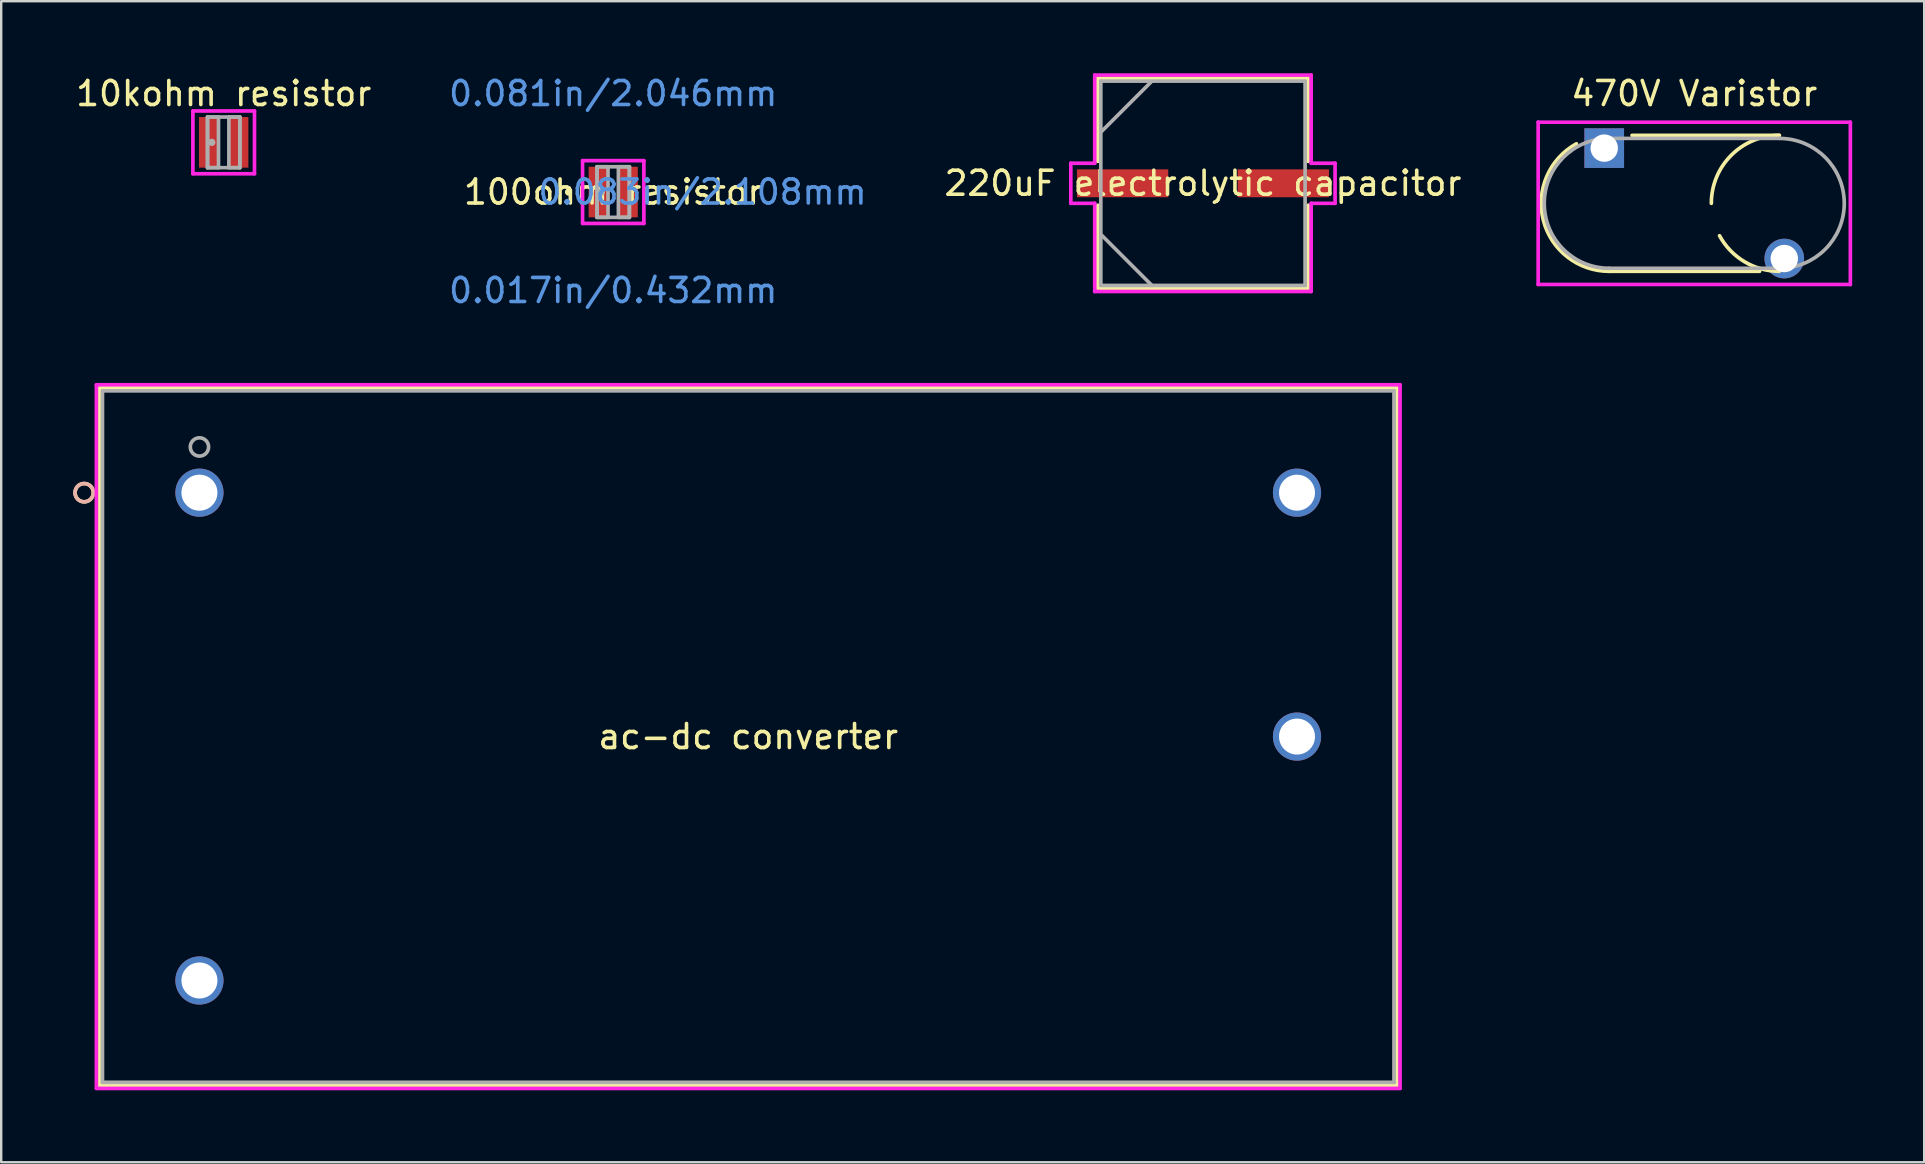
<source format=kicad_pcb>
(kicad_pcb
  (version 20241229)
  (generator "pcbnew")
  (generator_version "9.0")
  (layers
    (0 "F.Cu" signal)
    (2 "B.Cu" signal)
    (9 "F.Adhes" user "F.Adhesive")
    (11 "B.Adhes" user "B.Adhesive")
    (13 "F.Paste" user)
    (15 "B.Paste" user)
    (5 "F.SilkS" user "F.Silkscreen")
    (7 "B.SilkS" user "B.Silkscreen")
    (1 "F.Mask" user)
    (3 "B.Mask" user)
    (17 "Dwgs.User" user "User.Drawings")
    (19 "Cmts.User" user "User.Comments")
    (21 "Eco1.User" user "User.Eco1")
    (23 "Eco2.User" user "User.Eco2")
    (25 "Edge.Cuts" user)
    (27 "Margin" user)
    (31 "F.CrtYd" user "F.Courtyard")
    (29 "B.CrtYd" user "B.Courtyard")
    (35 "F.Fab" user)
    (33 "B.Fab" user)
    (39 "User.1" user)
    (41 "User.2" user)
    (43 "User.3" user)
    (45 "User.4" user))
  (footprint "470V Varistor"
    (layer "F.Cu")
    (at 67.526 5.42)
    (property "Reference" "470V Varistor" (at 0 -4.572 0) (layer "F.SilkS") (effects (font (size 1 1) (thickness 0.15))))
    (attr through_hole)
    (fp_line (start -3.543 2.832) (end 2.721 2.832) (stroke (width 0.152) (type solid)) (layer "F.SilkS"))
    (fp_line (start -2.592 -2.832) (end 3.543 -2.832) (stroke (width 0.152) (type solid)) (layer "F.SilkS"))
    (fp_arc (start -3.5433 2.8321) (mid -6.286344 0.704628) (end -4.908242 -2.481476) (stroke (width 0.1524) (type solid)) (layer "F.SilkS"))
    (fp_arc (start 0.7112 0) (mid 1.540703 -2.002597) (end 3.5433 -2.8321) (stroke (width 0.1524) (type solid)) (layer "F.SilkS"))
    (fp_arc (start 3.5433 2.8321) (mid 2.094231 2.433308) (end 1.053253 1.349242) (stroke (width 0.1524) (type solid)) (layer "F.SilkS"))
    (fp_line (start -6.502 -3.38) (end 6.502 -3.38) (stroke (width 0.152) (type solid)) (layer "F.CrtYd"))
    (fp_line (start -6.502 3.38) (end -6.502 -3.38) (stroke (width 0.152) (type solid)) (layer "F.CrtYd"))
    (fp_line (start 6.502 -3.38) (end 6.502 3.38) (stroke (width 0.152) (type solid)) (layer "F.CrtYd"))
    (fp_line (start 6.502 3.38) (end -6.502 3.38) (stroke (width 0.152) (type solid)) (layer "F.CrtYd"))
    (fp_line (start -3.543 -2.705) (end 3.543 -2.705) (stroke (width 0.152) (type solid)) (layer "F.Fab"))
    (fp_line (start -3.543 2.705) (end 3.543 2.705) (stroke (width 0.152) (type solid)) (layer "F.Fab"))
    (fp_arc (start -3.5433 2.7051) (mid -6.2484 0) (end -3.5433 -2.7051) (stroke (width 0.1524) (type solid)) (layer "F.Fab"))
    (fp_arc (start 3.5433 -2.7051) (mid 6.2484 0) (end 3.5433 2.7051) (stroke (width 0.1524) (type solid)) (layer "F.Fab"))
    (pad "1" thru_hole rect (at -3.75 -2.3) (size 1.651 1.651) (drill 1.143) (layers "*.Cu" "*.Mask"))
    (pad "2" thru_hole circle (at 3.75 2.3) (size 1.651 1.651) (drill 1.143) (layers "*.Cu" "*.Mask")))
  (footprint "100ohm resistor"
    (layer "F.Cu")
    (at 22.494 4.95)
    (property "Reference" "100ohm resistor" (at 0 0 0) (layer "F.SilkS") (effects (font (size 1 1) (thickness 0.15))))
    (attr through_hole)
    (fp_circle (center -1.861 0) (end -1.785 0) (stroke (width 0.152) (type solid)) (fill no) (layer "F.SilkS"))
    (fp_line (start -1.277 -1.308) (end 1.277 -1.308) (stroke (width 0.152) (type solid)) (layer "F.CrtYd"))
    (fp_line (start -1.277 1.308) (end -1.277 -1.308) (stroke (width 0.152) (type solid)) (layer "F.CrtYd"))
    (fp_line (start 1.277 -1.308) (end 1.277 1.308) (stroke (width 0.152) (type solid)) (layer "F.CrtYd"))
    (fp_line (start 1.277 1.308) (end -1.277 1.308) (stroke (width 0.152) (type solid)) (layer "F.CrtYd"))
    (fp_line (start -0.673 -1.054) (end -0.673 1.054) (stroke (width 0.152) (type solid)) (layer "F.Fab"))
    (fp_line (start -0.673 -1.054) (end -0.673 1.054) (stroke (width 0.152) (type solid)) (layer "F.Fab"))
    (fp_line (start -0.673 1.054) (end -0.216 1.054) (stroke (width 0.152) (type solid)) (layer "F.Fab"))
    (fp_line (start -0.673 1.054) (end 0.673 1.054) (stroke (width 0.152) (type solid)) (layer "F.Fab"))
    (fp_line (start -0.216 -1.054) (end -0.673 -1.054) (stroke (width 0.152) (type solid)) (layer "F.Fab"))
    (fp_line (start -0.216 1.054) (end -0.216 -1.054) (stroke (width 0.152) (type solid)) (layer "F.Fab"))
    (fp_line (start 0.216 -1.054) (end 0.216 1.054) (stroke (width 0.152) (type solid)) (layer "F.Fab"))
    (fp_line (start 0.216 1.054) (end 0.673 1.054) (stroke (width 0.152) (type solid)) (layer "F.Fab"))
    (fp_line (start 0.673 -1.054) (end -0.673 -1.054) (stroke (width 0.152) (type solid)) (layer "F.Fab"))
    (fp_line (start 0.673 -1.054) (end 0.216 -1.054) (stroke (width 0.152) (type solid)) (layer "F.Fab"))
    (fp_line (start 0.673 1.054) (end 0.673 -1.054) (stroke (width 0.152) (type solid)) (layer "F.Fab"))
    (fp_line (start 0.673 1.054) (end 0.673 -1.054) (stroke (width 0.152) (type solid)) (layer "F.Fab"))
    (fp_circle (center -0.492 0) (end -0.416 0) (stroke (width 0.152) (type solid)) (fill no) (layer "F.Fab"))
    (fp_text user "0.081in/2.046mm" (at 0 -4.102 0) (layer "Cmts.User") (effects (font (size 1 1) (thickness 0.15))))
    (fp_text user "0.083in/2.108mm" (at 3.721 0 0) (layer "Cmts.User") (effects (font (size 1 1) (thickness 0.15))))
    (fp_text user "0.017in/0.432mm" (at 0 4.102 0) (layer "Cmts.User") (effects (font (size 1 1) (thickness 0.15))))
    (fp_text user "Copyright 2016 Accelerated Designs. All rights reserved." (at 0 0 0) (layer "Cmts.User") (effects (font (size 0.127 0.127) (thickness 0.002))))
    (pad "1" smd rect (at -0.62 0) (size 0.807 2.108) (layers "F.Cu" "F.Mask" "F.Paste"))
    (pad "2" smd rect (at 0.62 0) (size 0.807 2.108) (layers "F.Cu" "F.Mask" "F.Paste")))
  (footprint "10kohm resistor"
    (layer "F.Cu")
    (at 6.268 2.88)
    (property "Reference" "10kohm resistor" (at 0 -2.032 0) (layer "F.SilkS") (effects (font (size 1 1) (thickness 0.15))))
    (attr through_hole)
    (fp_line (start -1.283 -1.308) (end 1.283 -1.308) (stroke (width 0.152) (type solid)) (layer "F.CrtYd"))
    (fp_line (start -1.283 1.308) (end -1.283 -1.308) (stroke (width 0.152) (type solid)) (layer "F.CrtYd"))
    (fp_line (start 1.283 -1.308) (end 1.283 1.308) (stroke (width 0.152) (type solid)) (layer "F.CrtYd"))
    (fp_line (start 1.283 1.308) (end -1.283 1.308) (stroke (width 0.152) (type solid)) (layer "F.CrtYd"))
    (fp_line (start -0.673 -1.054) (end -0.673 1.054) (stroke (width 0.152) (type solid)) (layer "F.Fab"))
    (fp_line (start -0.673 -1.054) (end -0.673 1.054) (stroke (width 0.152) (type solid)) (layer "F.Fab"))
    (fp_line (start -0.673 1.054) (end -0.216 1.054) (stroke (width 0.152) (type solid)) (layer "F.Fab"))
    (fp_line (start -0.673 1.054) (end 0.673 1.054) (stroke (width 0.152) (type solid)) (layer "F.Fab"))
    (fp_line (start -0.216 -1.054) (end -0.673 -1.054) (stroke (width 0.152) (type solid)) (layer "F.Fab"))
    (fp_line (start -0.216 1.054) (end -0.216 -1.054) (stroke (width 0.152) (type solid)) (layer "F.Fab"))
    (fp_line (start 0.216 -1.054) (end 0.216 1.054) (stroke (width 0.152) (type solid)) (layer "F.Fab"))
    (fp_line (start 0.216 1.054) (end 0.673 1.054) (stroke (width 0.152) (type solid)) (layer "F.Fab"))
    (fp_line (start 0.673 -1.054) (end -0.673 -1.054) (stroke (width 0.152) (type solid)) (layer "F.Fab"))
    (fp_line (start 0.673 -1.054) (end 0.216 -1.054) (stroke (width 0.152) (type solid)) (layer "F.Fab"))
    (fp_line (start 0.673 1.054) (end 0.673 -1.054) (stroke (width 0.152) (type solid)) (layer "F.Fab"))
    (fp_line (start 0.673 1.054) (end 0.673 -1.054) (stroke (width 0.152) (type solid)) (layer "F.Fab"))
    (fp_circle (center -0.495 0) (end -0.419 0) (stroke (width 0.152) (type solid)) (fill no) (layer "F.Fab"))
    (pad "1" smd rect (at -0.622 0) (size 0.813 2.108) (layers "F.Cu" "F.Mask" "F.Paste"))
    (pad "2" smd rect (at 0.622 0) (size 0.813 2.108) (layers "F.Cu" "F.Mask" "F.Paste")))
  (footprint "220uF electrolytic capacitor"
    (layer "F.Cu")
    (at 47.06 4.585)
    (property "Reference" "220uF electrolytic capacitor" (at 0 0 0) (layer "F.SilkS") (effects (font (size 1 1) (thickness 0.15))))
    (attr through_hole)
    (fp_line (start -4.381 -4.381) (end -4.381 -0.914) (stroke (width 0.152) (type solid)) (layer "F.SilkS"))
    (fp_line (start -4.381 0.914) (end -4.381 4.381) (stroke (width 0.152) (type solid)) (layer "F.SilkS"))
    (fp_line (start -4.381 4.381) (end 4.381 4.381) (stroke (width 0.152) (type solid)) (layer "F.SilkS"))
    (fp_line (start 4.381 -4.381) (end -4.381 -4.381) (stroke (width 0.152) (type solid)) (layer "F.SilkS"))
    (fp_line (start 4.381 -0.914) (end 4.381 -4.381) (stroke (width 0.152) (type solid)) (layer "F.SilkS"))
    (fp_line (start 4.381 4.381) (end 4.381 0.914) (stroke (width 0.152) (type solid)) (layer "F.SilkS"))
    (fp_line (start -5.504 -0.835) (end -4.508 -0.835) (stroke (width 0.152) (type solid)) (layer "F.CrtYd"))
    (fp_line (start -5.504 0.835) (end -5.504 -0.835) (stroke (width 0.152) (type solid)) (layer "F.CrtYd"))
    (fp_line (start -4.508 -4.508) (end 4.508 -4.508) (stroke (width 0.152) (type solid)) (layer "F.CrtYd"))
    (fp_line (start -4.508 -0.835) (end -4.508 -4.508) (stroke (width 0.152) (type solid)) (layer "F.CrtYd"))
    (fp_line (start -4.508 0.835) (end -5.504 0.835) (stroke (width 0.152) (type solid)) (layer "F.CrtYd"))
    (fp_line (start -4.508 4.508) (end -4.508 0.835) (stroke (width 0.152) (type solid)) (layer "F.CrtYd"))
    (fp_line (start 4.508 -4.508) (end 4.508 -0.835) (stroke (width 0.152) (type solid)) (layer "F.CrtYd"))
    (fp_line (start 4.508 -0.835) (end 5.504 -0.835) (stroke (width 0.152) (type solid)) (layer "F.CrtYd"))
    (fp_line (start 4.508 0.835) (end 4.508 4.508) (stroke (width 0.152) (type solid)) (layer "F.CrtYd"))
    (fp_line (start 4.508 4.508) (end -4.508 4.508) (stroke (width 0.152) (type solid)) (layer "F.CrtYd"))
    (fp_line (start 5.504 -0.835) (end 5.504 0.835) (stroke (width 0.152) (type solid)) (layer "F.CrtYd"))
    (fp_line (start 5.504 0.835) (end 4.508 0.835) (stroke (width 0.152) (type solid)) (layer "F.CrtYd"))
    (fp_line (start -4.255 -4.255) (end -4.255 4.255) (stroke (width 0.152) (type solid)) (layer "F.Fab"))
    (fp_line (start -4.255 -2.127) (end -2.127 -4.255) (stroke (width 0.152) (type solid)) (layer "F.Fab"))
    (fp_line (start -4.255 2.127) (end -2.127 4.255) (stroke (width 0.152) (type solid)) (layer "F.Fab"))
    (fp_line (start -4.255 4.255) (end 4.255 4.255) (stroke (width 0.152) (type solid)) (layer "F.Fab"))
    (fp_line (start 4.255 -4.255) (end -4.255 -4.255) (stroke (width 0.152) (type solid)) (layer "F.Fab"))
    (fp_line (start 4.255 4.255) (end 4.255 -4.255) (stroke (width 0.152) (type solid)) (layer "F.Fab"))
    (fp_text user "Copyright 2016 Accelerated Designs. All rights reserved." (at 0 0 0) (layer "Cmts.User") (effects (font (size 0.127 0.127) (thickness 0.002))))
    (pad "1" smd rect (at -3.348 0) (size 3.804 1.162) (layers "F.Cu" "F.Mask" "F.Paste"))
    (pad "2" smd rect (at 3.348 0) (size 3.804 1.162) (layers "F.Cu" "F.Mask" "F.Paste")))
  (footprint "ac-dc converter"
    (layer "F.Cu")
    (at 5.258 17.473)
    (property "Reference" "ac-dc converter" (at 22.86 10.16 0) (layer "F.SilkS") (effects (font (size 1 1) (thickness 0.15))))
    (attr through_hole)
    (fp_line (start -4.166 -4.369) (end -4.166 24.689) (stroke (width 0.152) (type solid)) (layer "F.SilkS"))
    (fp_line (start -4.166 24.689) (end 49.886 24.689) (stroke (width 0.152) (type solid)) (layer "F.SilkS"))
    (fp_line (start 49.886 -4.369) (end -4.166 -4.369) (stroke (width 0.152) (type solid)) (layer "F.SilkS"))
    (fp_line (start 49.886 24.689) (end 49.886 -4.369) (stroke (width 0.152) (type solid)) (layer "F.SilkS"))
    (fp_circle (center -4.801 0) (end -4.42 0) (stroke (width 0.152) (type solid)) (fill no) (layer "F.SilkS"))
    (fp_circle (center -4.801 0) (end -4.42 0) (stroke (width 0.152) (type solid)) (fill no) (layer "B.SilkS"))
    (fp_line (start -4.293 -4.496) (end -4.293 24.816) (stroke (width 0.152) (type solid)) (layer "F.CrtYd"))
    (fp_line (start -4.293 24.816) (end 50.013 24.816) (stroke (width 0.152) (type solid)) (layer "F.CrtYd"))
    (fp_line (start 50.013 -4.496) (end -4.293 -4.496) (stroke (width 0.152) (type solid)) (layer "F.CrtYd"))
    (fp_line (start 50.013 24.816) (end 50.013 -4.496) (stroke (width 0.152) (type solid)) (layer "F.CrtYd"))
    (fp_line (start -4.039 -4.242) (end -4.039 24.562) (stroke (width 0.152) (type solid)) (layer "F.Fab"))
    (fp_line (start -4.039 24.562) (end 49.759 24.562) (stroke (width 0.152) (type solid)) (layer "F.Fab"))
    (fp_line (start 49.759 -4.242) (end -4.039 -4.242) (stroke (width 0.152) (type solid)) (layer "F.Fab"))
    (fp_line (start 49.759 24.562) (end 49.759 -4.242) (stroke (width 0.152) (type solid)) (layer "F.Fab"))
    (fp_circle (center 0 -1.905) (end 0.381 -1.905) (stroke (width 0.152) (type solid)) (fill no) (layer "F.Fab"))
    (pad "1" thru_hole circle (at 0 0) (size 2.007 2.007) (drill 1.499) (layers "*.Cu" "*.Mask"))
    (pad "2" thru_hole circle (at 0 20.32) (size 2.007 2.007) (drill 1.499) (layers "*.Cu" "*.Mask"))
    (pad "3" thru_hole circle (at 45.72 0) (size 2.007 2.007) (drill 1.499) (layers "*.Cu" "*.Mask"))
    (pad "4" thru_hole circle (at 45.72 10.16) (size 2.007 2.007) (drill 1.499) (layers "*.Cu" "*.Mask")))
  (gr_rect
    (start -3 -3)
    (end 77.104 45.365)
    (stroke (width 0.1) (type default))
    (fill no)
    (layer "Edge.Cuts")))
</source>
